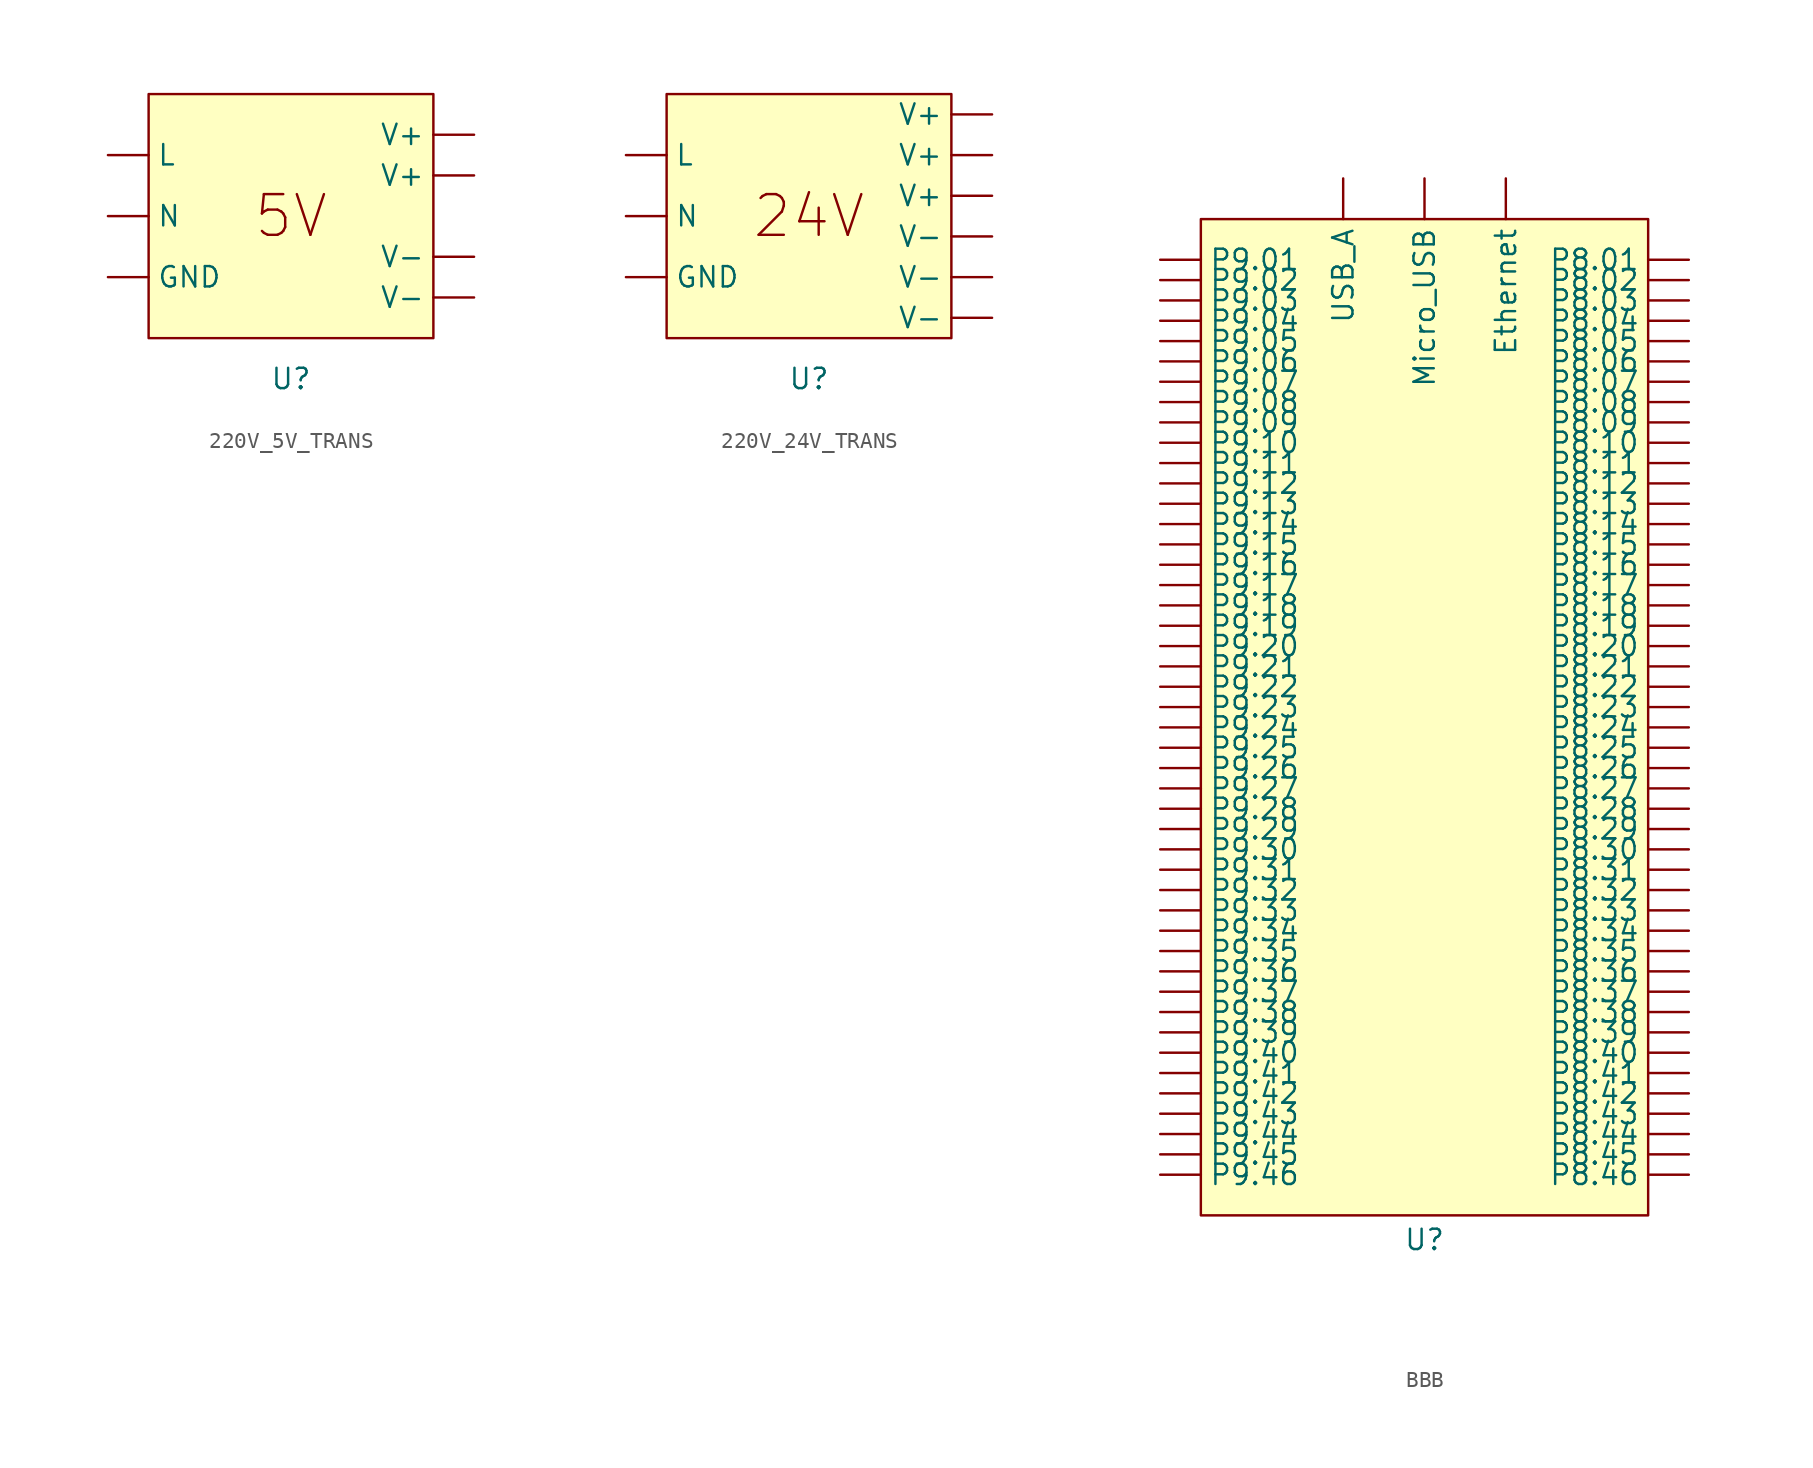
<source format=kicad_sym>
(kicad_symbol_lib
  (version 20231120)
  (generator "kicad_symbol_editor")
  (generator_version "8.0")
  (symbol "220V_5V_TRANS"
    (property "Reference" "U"
      (at 0 -10.16 0)
      (effects (font (size 1.27 1.27))))
    (property "Value" ""
      (at 0 0 0)
      (effects (font (size 1.27 1.27))))
    (symbol "220V_5V_TRANS_1_1"
      (rectangle (start -8.89 7.62) (end 8.89 -7.62) (stroke (width 0) (type default)) (fill (type background)))
      (text "5V" (at 0 0 0) (effects (font (size 2.54 2.54))))
      (pin bidirectional line (at -11.43 -3.81 0) (length 2.54) (name "GND" (effects (font (size 1.27 1.27)))) (number "" (effects (font (size 1.27 1.27)))))
      (pin bidirectional line (at -11.43 3.81 0) (length 2.54) (name "L" (effects (font (size 1.27 1.27)))) (number "" (effects (font (size 1.27 1.27)))))
      (pin bidirectional line (at -11.43 0 0) (length 2.54) (name "N" (effects (font (size 1.27 1.27)))) (number "" (effects (font (size 1.27 1.27)))))
      (pin output line (at 11.43 2.54 180) (length 2.54) (name "V+" (effects (font (size 1.27 1.27)))) (number "" (effects (font (size 1.27 1.27)))))
      (pin output line (at 11.43 5.08 180) (length 2.54) (name "V+" (effects (font (size 1.27 1.27)))) (number "" (effects (font (size 1.27 1.27)))))
      (pin output line (at 11.43 -5.08 180) (length 2.54) (name "V-" (effects (font (size 1.27 1.27)))) (number "" (effects (font (size 1.27 1.27)))))
      (pin output line (at 11.43 -2.54 180) (length 2.54) (name "V-" (effects (font (size 1.27 1.27)))) (number "" (effects (font (size 1.27 1.27)))))))
  (symbol "220V_24V_TRANS"
    (property "Reference" "U"
      (at 0 -10.16 0)
      (effects (font (size 1.27 1.27))))
    (property "Value" ""
      (at 0 0 0)
      (effects (font (size 1.27 1.27))))
    (symbol "220V_24V_TRANS_1_1"
      (rectangle (start -8.89 7.62) (end 8.89 -7.62) (stroke (width 0) (type default)) (fill (type background)))
      (text "24V\n" (at 0 0 0) (effects (font (size 2.54 2.54))))
      (pin bidirectional line (at -11.43 -3.81 0) (length 2.54) (name "GND" (effects (font (size 1.27 1.27)))) (number "" (effects (font (size 1.27 1.27)))))
      (pin bidirectional line (at -11.43 3.81 0) (length 2.54) (name "L" (effects (font (size 1.27 1.27)))) (number "" (effects (font (size 1.27 1.27)))))
      (pin bidirectional line (at -11.43 0 0) (length 2.54) (name "N" (effects (font (size 1.27 1.27)))) (number "" (effects (font (size 1.27 1.27)))))
      (pin output line (at 11.43 1.27 180) (length 2.54) (name "V+" (effects (font (size 1.27 1.27)))) (number "" (effects (font (size 1.27 1.27)))))
      (pin output line (at 11.43 3.81 180) (length 2.54) (name "V+" (effects (font (size 1.27 1.27)))) (number "" (effects (font (size 1.27 1.27)))))
      (pin output line (at 11.43 6.35 180) (length 2.54) (name "V+" (effects (font (size 1.27 1.27)))) (number "" (effects (font (size 1.27 1.27)))))
      (pin output line (at 11.43 -6.35 180) (length 2.54) (name "V-" (effects (font (size 1.27 1.27)))) (number "" (effects (font (size 1.27 1.27)))))
      (pin output line (at 11.43 -3.81 180) (length 2.54) (name "V-" (effects (font (size 1.27 1.27)))) (number "" (effects (font (size 1.27 1.27)))))
      (pin output line (at 11.43 -1.27 180) (length 2.54) (name "V-" (effects (font (size 1.27 1.27)))) (number "" (effects (font (size 1.27 1.27)))))))
  (symbol "BBB"
    (property "Reference" "U"
      (at 0 -39.624 0)
      (effects (font (size 1.27 1.27))))
    (property "Value" ""
      (at 0 0 0)
      (effects (font (size 1.27 1.27))))
    (symbol "BBB_1_1"
      (rectangle (start -13.97 24.13) (end 13.97 -38.1) (stroke (width 0) (type default)) (fill (type background)))
      (pin input line (at 5.08 26.67 270) (length 2.54) (name "Ethernet" (effects (font (size 1.27 1.27)))) (number "" (effects (font (size 1.27 1.27)))))
      (pin input line (at 0 26.67 270) (length 2.54) (name "Micro_USB" (effects (font (size 1.27 1.27)))) (number "" (effects (font (size 1.27 1.27)))))
      (pin bidirectional line (at 16.51 21.59 180) (length 2.54) (name "P8.01" (effects (font (size 1.27 1.27)))) (number "" (effects (font (size 1.27 1.27)))))
      (pin bidirectional line (at 16.51 20.32 180) (length 2.54) (name "P8.02" (effects (font (size 1.27 1.27)))) (number "" (effects (font (size 1.27 1.27)))))
      (pin bidirectional line (at 16.51 19.05 180) (length 2.54) (name "P8.03" (effects (font (size 1.27 1.27)))) (number "" (effects (font (size 1.27 1.27)))))
      (pin bidirectional line (at 16.51 17.78 180) (length 2.54) (name "P8.04" (effects (font (size 1.27 1.27)))) (number "" (effects (font (size 1.27 1.27)))))
      (pin bidirectional line (at 16.51 16.51 180) (length 2.54) (name "P8.05" (effects (font (size 1.27 1.27)))) (number "" (effects (font (size 1.27 1.27)))))
      (pin bidirectional line (at 16.51 15.24 180) (length 2.54) (name "P8.06" (effects (font (size 1.27 1.27)))) (number "" (effects (font (size 1.27 1.27)))))
      (pin bidirectional line (at 16.51 13.97 180) (length 2.54) (name "P8.07" (effects (font (size 1.27 1.27)))) (number "" (effects (font (size 1.27 1.27)))))
      (pin bidirectional line (at 16.51 12.7 180) (length 2.54) (name "P8.08" (effects (font (size 1.27 1.27)))) (number "" (effects (font (size 1.27 1.27)))))
      (pin bidirectional line (at 16.51 11.43 180) (length 2.54) (name "P8.09" (effects (font (size 1.27 1.27)))) (number "" (effects (font (size 1.27 1.27)))))
      (pin bidirectional line (at 16.51 10.16 180) (length 2.54) (name "P8.10" (effects (font (size 1.27 1.27)))) (number "" (effects (font (size 1.27 1.27)))))
      (pin bidirectional line (at 16.51 8.89 180) (length 2.54) (name "P8.11" (effects (font (size 1.27 1.27)))) (number "" (effects (font (size 1.27 1.27)))))
      (pin bidirectional line (at 16.51 7.62 180) (length 2.54) (name "P8.12" (effects (font (size 1.27 1.27)))) (number "" (effects (font (size 1.27 1.27)))))
      (pin bidirectional line (at 16.51 6.35 180) (length 2.54) (name "P8.13" (effects (font (size 1.27 1.27)))) (number "" (effects (font (size 1.27 1.27)))))
      (pin bidirectional line (at 16.51 5.08 180) (length 2.54) (name "P8.14" (effects (font (size 1.27 1.27)))) (number "" (effects (font (size 1.27 1.27)))))
      (pin bidirectional line (at 16.51 3.81 180) (length 2.54) (name "P8.15" (effects (font (size 1.27 1.27)))) (number "" (effects (font (size 1.27 1.27)))))
      (pin bidirectional line (at 16.51 2.54 180) (length 2.54) (name "P8.16" (effects (font (size 1.27 1.27)))) (number "" (effects (font (size 1.27 1.27)))))
      (pin bidirectional line (at 16.51 1.27 180) (length 2.54) (name "P8.17" (effects (font (size 1.27 1.27)))) (number "" (effects (font (size 1.27 1.27)))))
      (pin bidirectional line (at 16.51 0 180) (length 2.54) (name "P8.18" (effects (font (size 1.27 1.27)))) (number "" (effects (font (size 1.27 1.27)))))
      (pin bidirectional line (at 16.51 -1.27 180) (length 2.54) (name "P8.19" (effects (font (size 1.27 1.27)))) (number "" (effects (font (size 1.27 1.27)))))
      (pin bidirectional line (at 16.51 -2.54 180) (length 2.54) (name "P8.20" (effects (font (size 1.27 1.27)))) (number "" (effects (font (size 1.27 1.27)))))
      (pin bidirectional line (at 16.51 -3.81 180) (length 2.54) (name "P8.21" (effects (font (size 1.27 1.27)))) (number "" (effects (font (size 1.27 1.27)))))
      (pin bidirectional line (at 16.51 -5.08 180) (length 2.54) (name "P8.22" (effects (font (size 1.27 1.27)))) (number "" (effects (font (size 1.27 1.27)))))
      (pin bidirectional line (at 16.51 -6.35 180) (length 2.54) (name "P8.23" (effects (font (size 1.27 1.27)))) (number "" (effects (font (size 1.27 1.27)))))
      (pin bidirectional line (at 16.51 -7.62 180) (length 2.54) (name "P8.24" (effects (font (size 1.27 1.27)))) (number "" (effects (font (size 1.27 1.27)))))
      (pin bidirectional line (at 16.51 -8.89 180) (length 2.54) (name "P8.25" (effects (font (size 1.27 1.27)))) (number "" (effects (font (size 1.27 1.27)))))
      (pin bidirectional line (at 16.51 -10.16 180) (length 2.54) (name "P8.26" (effects (font (size 1.27 1.27)))) (number "" (effects (font (size 1.27 1.27)))))
      (pin bidirectional line (at 16.51 -11.43 180) (length 2.54) (name "P8.27" (effects (font (size 1.27 1.27)))) (number "" (effects (font (size 1.27 1.27)))))
      (pin bidirectional line (at 16.51 -12.7 180) (length 2.54) (name "P8.28" (effects (font (size 1.27 1.27)))) (number "" (effects (font (size 1.27 1.27)))))
      (pin bidirectional line (at 16.51 -13.97 180) (length 2.54) (name "P8.29" (effects (font (size 1.27 1.27)))) (number "" (effects (font (size 1.27 1.27)))))
      (pin bidirectional line (at 16.51 -15.24 180) (length 2.54) (name "P8.30" (effects (font (size 1.27 1.27)))) (number "" (effects (font (size 1.27 1.27)))))
      (pin bidirectional line (at 16.51 -16.51 180) (length 2.54) (name "P8.31" (effects (font (size 1.27 1.27)))) (number "" (effects (font (size 1.27 1.27)))))
      (pin bidirectional line (at 16.51 -17.78 180) (length 2.54) (name "P8.32" (effects (font (size 1.27 1.27)))) (number "" (effects (font (size 1.27 1.27)))))
      (pin bidirectional line (at 16.51 -19.05 180) (length 2.54) (name "P8.33" (effects (font (size 1.27 1.27)))) (number "" (effects (font (size 1.27 1.27)))))
      (pin bidirectional line (at 16.51 -20.32 180) (length 2.54) (name "P8.34" (effects (font (size 1.27 1.27)))) (number "" (effects (font (size 1.27 1.27)))))
      (pin bidirectional line (at 16.51 -21.59 180) (length 2.54) (name "P8.35" (effects (font (size 1.27 1.27)))) (number "" (effects (font (size 1.27 1.27)))))
      (pin bidirectional line (at 16.51 -22.86 180) (length 2.54) (name "P8.36" (effects (font (size 1.27 1.27)))) (number "" (effects (font (size 1.27 1.27)))))
      (pin bidirectional line (at 16.51 -24.13 180) (length 2.54) (name "P8.37" (effects (font (size 1.27 1.27)))) (number "" (effects (font (size 1.27 1.27)))))
      (pin bidirectional line (at 16.51 -25.4 180) (length 2.54) (name "P8.38" (effects (font (size 1.27 1.27)))) (number "" (effects (font (size 1.27 1.27)))))
      (pin bidirectional line (at 16.51 -26.67 180) (length 2.54) (name "P8.39" (effects (font (size 1.27 1.27)))) (number "" (effects (font (size 1.27 1.27)))))
      (pin bidirectional line (at 16.51 -27.94 180) (length 2.54) (name "P8.40" (effects (font (size 1.27 1.27)))) (number "" (effects (font (size 1.27 1.27)))))
      (pin bidirectional line (at 16.51 -29.21 180) (length 2.54) (name "P8.41" (effects (font (size 1.27 1.27)))) (number "" (effects (font (size 1.27 1.27)))))
      (pin bidirectional line (at 16.51 -30.48 180) (length 2.54) (name "P8.42" (effects (font (size 1.27 1.27)))) (number "" (effects (font (size 1.27 1.27)))))
      (pin bidirectional line (at 16.51 -31.75 180) (length 2.54) (name "P8.43" (effects (font (size 1.27 1.27)))) (number "" (effects (font (size 1.27 1.27)))))
      (pin bidirectional line (at 16.51 -33.02 180) (length 2.54) (name "P8.44" (effects (font (size 1.27 1.27)))) (number "" (effects (font (size 1.27 1.27)))))
      (pin bidirectional line (at 16.51 -34.29 180) (length 2.54) (name "P8.45" (effects (font (size 1.27 1.27)))) (number "" (effects (font (size 1.27 1.27)))))
      (pin bidirectional line (at 16.51 -35.56 180) (length 2.54) (name "P8.46" (effects (font (size 1.27 1.27)))) (number "" (effects (font (size 1.27 1.27)))))
      (pin bidirectional line (at -16.51 21.59 0) (length 2.54) (name "P9.01" (effects (font (size 1.27 1.27)))) (number "" (effects (font (size 1.27 1.27)))))
      (pin bidirectional line (at -16.51 20.32 0) (length 2.54) (name "P9.02" (effects (font (size 1.27 1.27)))) (number "" (effects (font (size 1.27 1.27)))))
      (pin bidirectional line (at -16.51 19.05 0) (length 2.54) (name "P9.03" (effects (font (size 1.27 1.27)))) (number "" (effects (font (size 1.27 1.27)))))
      (pin bidirectional line (at -16.51 17.78 0) (length 2.54) (name "P9.04" (effects (font (size 1.27 1.27)))) (number "" (effects (font (size 1.27 1.27)))))
      (pin bidirectional line (at -16.51 16.51 0) (length 2.54) (name "P9.05" (effects (font (size 1.27 1.27)))) (number "" (effects (font (size 1.27 1.27)))))
      (pin bidirectional line (at -16.51 15.24 0) (length 2.54) (name "P9.06" (effects (font (size 1.27 1.27)))) (number "" (effects (font (size 1.27 1.27)))))
      (pin bidirectional line (at -16.51 13.97 0) (length 2.54) (name "P9.07" (effects (font (size 1.27 1.27)))) (number "" (effects (font (size 1.27 1.27)))))
      (pin bidirectional line (at -16.51 12.7 0) (length 2.54) (name "P9.08" (effects (font (size 1.27 1.27)))) (number "" (effects (font (size 1.27 1.27)))))
      (pin bidirectional line (at -16.51 11.43 0) (length 2.54) (name "P9.09" (effects (font (size 1.27 1.27)))) (number "" (effects (font (size 1.27 1.27)))))
      (pin bidirectional line (at -16.51 10.16 0) (length 2.54) (name "P9.10" (effects (font (size 1.27 1.27)))) (number "" (effects (font (size 1.27 1.27)))))
      (pin bidirectional line (at -16.51 8.89 0) (length 2.54) (name "P9.11" (effects (font (size 1.27 1.27)))) (number "" (effects (font (size 1.27 1.27)))))
      (pin bidirectional line (at -16.51 7.62 0) (length 2.54) (name "P9.12" (effects (font (size 1.27 1.27)))) (number "" (effects (font (size 1.27 1.27)))))
      (pin bidirectional line (at -16.51 6.35 0) (length 2.54) (name "P9.13" (effects (font (size 1.27 1.27)))) (number "" (effects (font (size 1.27 1.27)))))
      (pin bidirectional line (at -16.51 5.08 0) (length 2.54) (name "P9.14" (effects (font (size 1.27 1.27)))) (number "" (effects (font (size 1.27 1.27)))))
      (pin bidirectional line (at -16.51 3.81 0) (length 2.54) (name "P9.15" (effects (font (size 1.27 1.27)))) (number "" (effects (font (size 1.27 1.27)))))
      (pin bidirectional line (at -16.51 2.54 0) (length 2.54) (name "P9.16" (effects (font (size 1.27 1.27)))) (number "" (effects (font (size 1.27 1.27)))))
      (pin bidirectional line (at -16.51 1.27 0) (length 2.54) (name "P9.17" (effects (font (size 1.27 1.27)))) (number "" (effects (font (size 1.27 1.27)))))
      (pin bidirectional line (at -16.51 0 0) (length 2.54) (name "P9.18" (effects (font (size 1.27 1.27)))) (number "" (effects (font (size 1.27 1.27)))))
      (pin bidirectional line (at -16.51 -1.27 0) (length 2.54) (name "P9.19" (effects (font (size 1.27 1.27)))) (number "" (effects (font (size 1.27 1.27)))))
      (pin bidirectional line (at -16.51 -2.54 0) (length 2.54) (name "P9.20" (effects (font (size 1.27 1.27)))) (number "" (effects (font (size 1.27 1.27)))))
      (pin bidirectional line (at -16.51 -3.81 0) (length 2.54) (name "P9.21" (effects (font (size 1.27 1.27)))) (number "" (effects (font (size 1.27 1.27)))))
      (pin bidirectional line (at -16.51 -5.08 0) (length 2.54) (name "P9.22" (effects (font (size 1.27 1.27)))) (number "" (effects (font (size 1.27 1.27)))))
      (pin bidirectional line (at -16.51 -6.35 0) (length 2.54) (name "P9.23" (effects (font (size 1.27 1.27)))) (number "" (effects (font (size 1.27 1.27)))))
      (pin bidirectional line (at -16.51 -7.62 0) (length 2.54) (name "P9.24" (effects (font (size 1.27 1.27)))) (number "" (effects (font (size 1.27 1.27)))))
      (pin bidirectional line (at -16.51 -8.89 0) (length 2.54) (name "P9.25" (effects (font (size 1.27 1.27)))) (number "" (effects (font (size 1.27 1.27)))))
      (pin bidirectional line (at -16.51 -10.16 0) (length 2.54) (name "P9.26" (effects (font (size 1.27 1.27)))) (number "" (effects (font (size 1.27 1.27)))))
      (pin bidirectional line (at -16.51 -11.43 0) (length 2.54) (name "P9.27" (effects (font (size 1.27 1.27)))) (number "" (effects (font (size 1.27 1.27)))))
      (pin bidirectional line (at -16.51 -12.7 0) (length 2.54) (name "P9.28" (effects (font (size 1.27 1.27)))) (number "" (effects (font (size 1.27 1.27)))))
      (pin bidirectional line (at -16.51 -13.97 0) (length 2.54) (name "P9.29" (effects (font (size 1.27 1.27)))) (number "" (effects (font (size 1.27 1.27)))))
      (pin bidirectional line (at -16.51 -15.24 0) (length 2.54) (name "P9.30" (effects (font (size 1.27 1.27)))) (number "" (effects (font (size 1.27 1.27)))))
      (pin bidirectional line (at -16.51 -16.51 0) (length 2.54) (name "P9.31" (effects (font (size 1.27 1.27)))) (number "" (effects (font (size 1.27 1.27)))))
      (pin bidirectional line (at -16.51 -17.78 0) (length 2.54) (name "P9.32" (effects (font (size 1.27 1.27)))) (number "" (effects (font (size 1.27 1.27)))))
      (pin bidirectional line (at -16.51 -19.05 0) (length 2.54) (name "P9.33" (effects (font (size 1.27 1.27)))) (number "" (effects (font (size 1.27 1.27)))))
      (pin bidirectional line (at -16.51 -20.32 0) (length 2.54) (name "P9.34" (effects (font (size 1.27 1.27)))) (number "" (effects (font (size 1.27 1.27)))))
      (pin bidirectional line (at -16.51 -21.59 0) (length 2.54) (name "P9.35" (effects (font (size 1.27 1.27)))) (number "" (effects (font (size 1.27 1.27)))))
      (pin bidirectional line (at -16.51 -22.86 0) (length 2.54) (name "P9.36" (effects (font (size 1.27 1.27)))) (number "" (effects (font (size 1.27 1.27)))))
      (pin bidirectional line (at -16.51 -24.13 0) (length 2.54) (name "P9.37" (effects (font (size 1.27 1.27)))) (number "" (effects (font (size 1.27 1.27)))))
      (pin bidirectional line (at -16.51 -25.4 0) (length 2.54) (name "P9.38" (effects (font (size 1.27 1.27)))) (number "" (effects (font (size 1.27 1.27)))))
      (pin bidirectional line (at -16.51 -26.67 0) (length 2.54) (name "P9.39" (effects (font (size 1.27 1.27)))) (number "" (effects (font (size 1.27 1.27)))))
      (pin bidirectional line (at -16.51 -27.94 0) (length 2.54) (name "P9.40" (effects (font (size 1.27 1.27)))) (number "" (effects (font (size 1.27 1.27)))))
      (pin bidirectional line (at -16.51 -29.21 0) (length 2.54) (name "P9.41" (effects (font (size 1.27 1.27)))) (number "" (effects (font (size 1.27 1.27)))))
      (pin bidirectional line (at -16.51 -30.48 0) (length 2.54) (name "P9.42" (effects (font (size 1.27 1.27)))) (number "" (effects (font (size 1.27 1.27)))))
      (pin bidirectional line (at -16.51 -31.75 0) (length 2.54) (name "P9.43" (effects (font (size 1.27 1.27)))) (number "" (effects (font (size 1.27 1.27)))))
      (pin bidirectional line (at -16.51 -33.02 0) (length 2.54) (name "P9.44" (effects (font (size 1.27 1.27)))) (number "" (effects (font (size 1.27 1.27)))))
      (pin bidirectional line (at -16.51 -34.29 0) (length 2.54) (name "P9.45" (effects (font (size 1.27 1.27)))) (number "" (effects (font (size 1.27 1.27)))))
      (pin bidirectional line (at -16.51 -35.56 0) (length 2.54) (name "P9.46" (effects (font (size 1.27 1.27)))) (number "" (effects (font (size 1.27 1.27)))))
      (pin input line (at -5.08 26.67 270) (length 2.54) (name "USB_A" (effects (font (size 1.27 1.27)))) (number "" (effects (font (size 1.27 1.27))))))))
</source>
